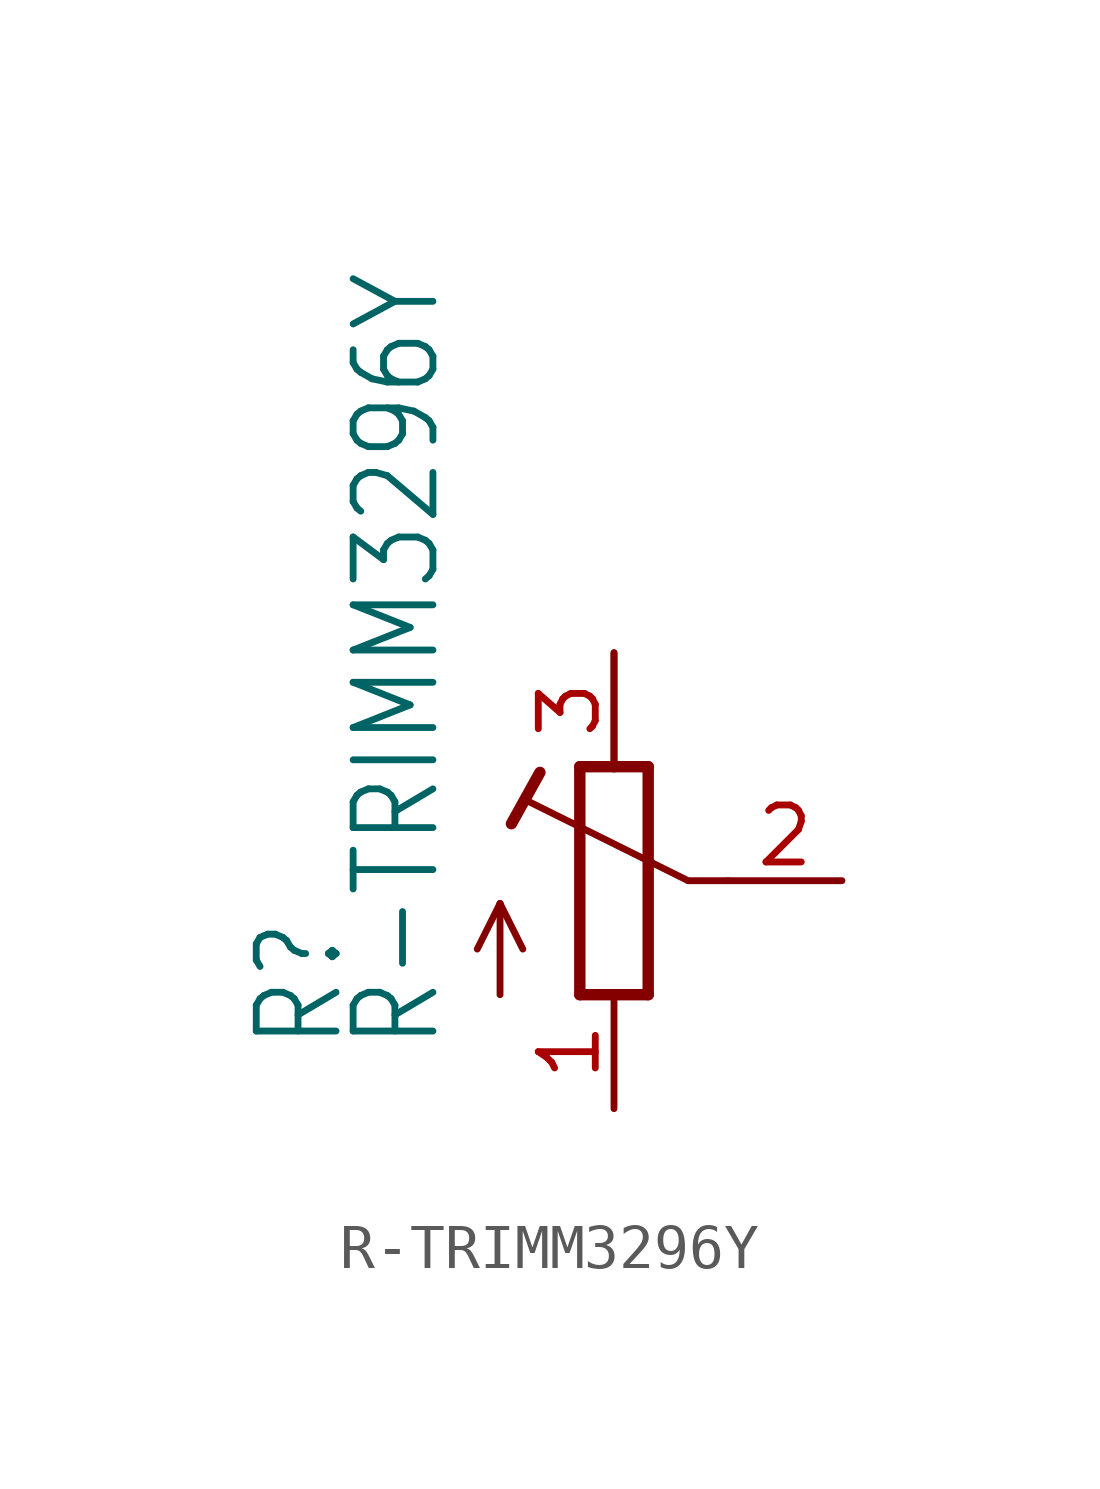
<source format=kicad_sym>
(kicad_symbol_lib
  (version 20211014)
  (generator kicad_symbol_editor)
  (symbol "R-TRIMM3296Y"
    (property "Reference" "R"
      (at -5.969 -3.81 90)
      (effects (font (size 1.778 1.511)) (justify left bottom)))
    (property "Value" "R-TRIMM3296Y"
      (at -3.81 -3.81 90)
      (effects (font (size 1.778 1.511)) (justify left bottom)))
    (property "ki_locked" ""
      (at 0 0 0)
      (effects (font (size 1.27 1.27))))
    (symbol "R-TRIMM3296Y_1_0"
      (polyline (pts (xy -2.54 -2.54) (xy -2.54 -0.508)) (stroke (width 0.152) (type default) (color 0 0 0 0)) (fill (type none)))
      (polyline (pts (xy -2.54 -0.508) (xy -3.048 -1.524)) (stroke (width 0.152) (type default) (color 0 0 0 0)) (fill (type none)))
      (polyline (pts (xy -2.54 -0.508) (xy -2.032 -1.524)) (stroke (width 0.152) (type default) (color 0 0 0 0)) (fill (type none)))
      (polyline (pts (xy -2.286 1.27) (xy -1.651 2.413)) (stroke (width 0.254) (type default) (color 0 0 0 0)) (fill (type none)))
      (polyline (pts (xy -0.762 -2.54) (xy 0.762 -2.54)) (stroke (width 0.254) (type default) (color 0 0 0 0)) (fill (type none)))
      (polyline (pts (xy -0.762 2.54) (xy -0.762 -2.54)) (stroke (width 0.254) (type default) (color 0 0 0 0)) (fill (type none)))
      (polyline (pts (xy 0 2.54) (xy -0.762 2.54)) (stroke (width 0.254) (type default) (color 0 0 0 0)) (fill (type none)))
      (polyline (pts (xy 0 2.54) (xy 0 5.08)) (stroke (width 0.152) (type default) (color 0 0 0 0)) (fill (type none)))
      (polyline (pts (xy 0.762 -2.54) (xy 0.762 2.54)) (stroke (width 0.254) (type default) (color 0 0 0 0)) (fill (type none)))
      (polyline (pts (xy 0.762 2.54) (xy 0 2.54)) (stroke (width 0.254) (type default) (color 0 0 0 0)) (fill (type none)))
      (polyline (pts (xy 1.651 0) (xy -1.88 1.753)) (stroke (width 0.152) (type default) (color 0 0 0 0)) (fill (type none)))
      (polyline (pts (xy 2.54 0) (xy 1.651 0)) (stroke (width 0.152) (type default) (color 0 0 0 0)) (fill (type none)))
      (pin passive line (at 0 -5.08 90) (length 2.54) (name "A" (effects (font (size 0 0)))) (number "1" (effects (font (size 1.27 1.27)))))
      (pin passive line (at 5.08 0 180) (length 2.54) (name "S" (effects (font (size 0 0)))) (number "2" (effects (font (size 1.27 1.27)))))
      (pin passive line (at 0 5.08 270) (length 2.54) (name "E" (effects (font (size 0 0)))) (number "3" (effects (font (size 1.27 1.27))))))))
</source>
